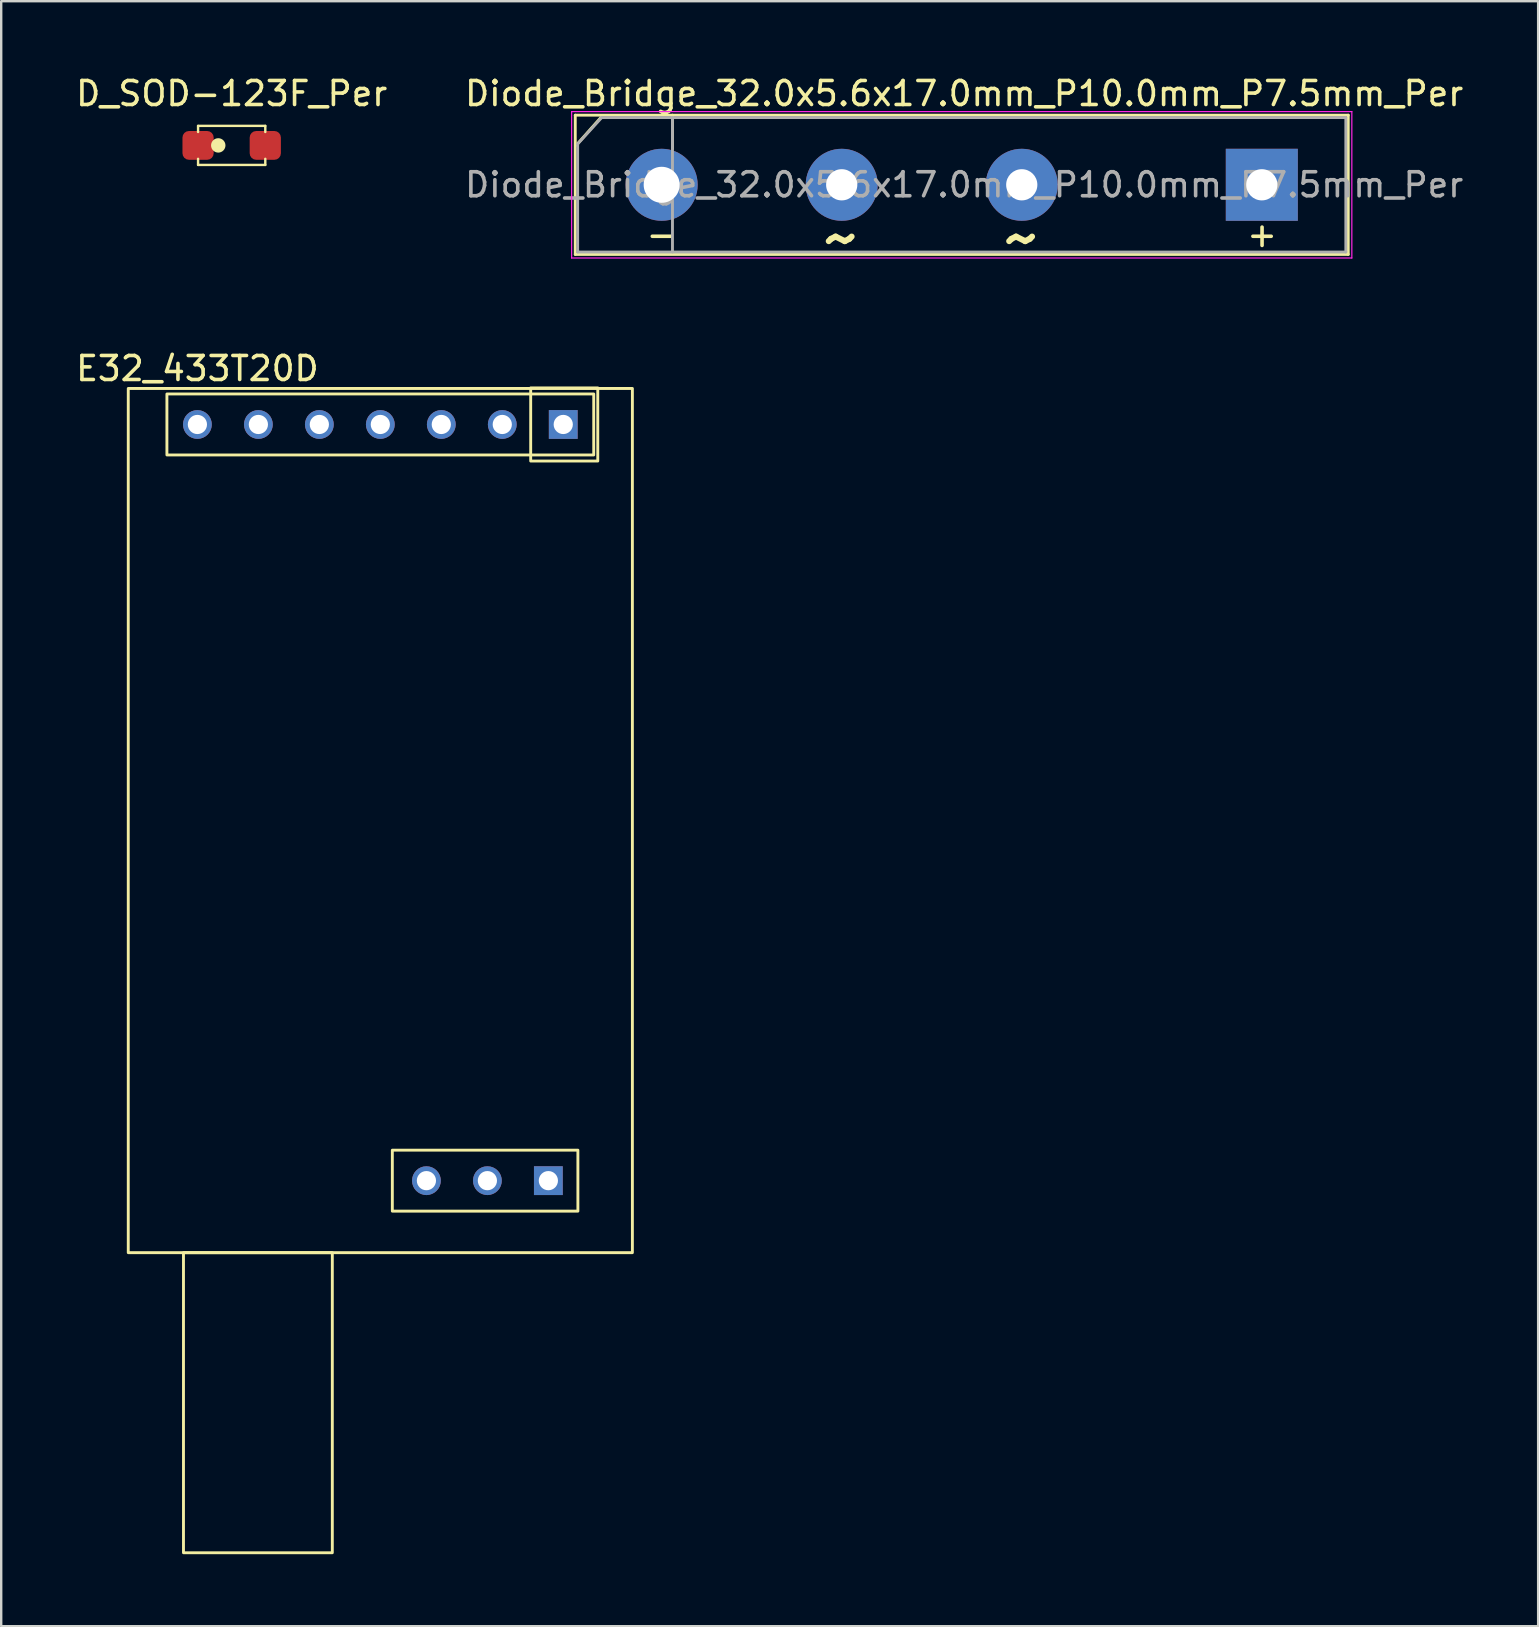
<source format=kicad_pcb>
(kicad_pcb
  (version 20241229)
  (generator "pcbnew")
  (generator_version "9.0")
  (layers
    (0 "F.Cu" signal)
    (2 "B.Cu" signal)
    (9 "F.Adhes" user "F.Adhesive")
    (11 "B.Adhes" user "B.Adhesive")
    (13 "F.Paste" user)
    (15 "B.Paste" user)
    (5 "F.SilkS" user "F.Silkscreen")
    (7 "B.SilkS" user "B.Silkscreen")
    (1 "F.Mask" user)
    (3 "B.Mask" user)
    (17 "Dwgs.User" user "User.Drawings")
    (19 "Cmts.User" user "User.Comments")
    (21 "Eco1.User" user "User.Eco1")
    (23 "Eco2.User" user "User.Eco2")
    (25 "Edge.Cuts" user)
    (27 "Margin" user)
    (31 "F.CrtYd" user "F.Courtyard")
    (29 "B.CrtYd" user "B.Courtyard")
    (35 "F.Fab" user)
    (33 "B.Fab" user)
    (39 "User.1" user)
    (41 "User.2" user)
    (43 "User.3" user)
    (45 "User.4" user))
  (footprint "Diode_Bridge_32.0x5.6x17.0mm_P10.0mm_P7.5mm_Per"
    (layer "F.Cu")
    (at 49.513 4.648)
    (property "Reference" "Diode_Bridge_32.0x5.6x17.0mm_P10.0mm_P7.5mm_Per" (at -12.4 -3.8 180) (layer "F.SilkS") (effects (font (size 1 1) (thickness 0.15))))
    (fp_line (start -28.6 -2.9) (end 3.6 -2.9) (stroke (width 0.12) (type solid)) (layer "F.SilkS"))
    (fp_line (start -28.6 2.9) (end -28.6 -2.9) (stroke (width 0.12) (type solid)) (layer "F.SilkS"))
    (fp_line (start -28.556 -1.651) (end -27.54 -2.794) (stroke (width 0.12) (type solid)) (layer "F.SilkS"))
    (fp_line (start -24.55 -2.9) (end -24.55 -1.5) (stroke (width 0.12) (type solid)) (layer "F.SilkS"))
    (fp_line (start 3.6 -2.9) (end 3.6 2.9) (stroke (width 0.12) (type solid)) (layer "F.SilkS"))
    (fp_line (start 3.6 2.9) (end -28.6 2.9) (stroke (width 0.12) (type solid)) (layer "F.SilkS"))
    (fp_line (start -28.75 -3.05) (end 3.75 -3.05) (stroke (width 0.05) (type solid)) (layer "F.CrtYd"))
    (fp_line (start -28.75 3.05) (end -28.75 -3.05) (stroke (width 0.05) (type solid)) (layer "F.CrtYd"))
    (fp_line (start 3.75 -3.05) (end 3.75 3.05) (stroke (width 0.05) (type solid)) (layer "F.CrtYd"))
    (fp_line (start 3.75 3.05) (end -28.75 3.05) (stroke (width 0.05) (type solid)) (layer "F.CrtYd"))
    (fp_line (start -28.5 -1.7) (end -28.5 2.8) (stroke (width 0.12) (type solid)) (layer "F.Fab"))
    (fp_line (start -28.5 2.8) (end 3.5 2.8) (stroke (width 0.12) (type solid)) (layer "F.Fab"))
    (fp_line (start -27.5 -2.8) (end -28.5 -1.7) (stroke (width 0.12) (type solid)) (layer "F.Fab"))
    (fp_line (start -24.55 -2.8) (end -24.55 2.8) (stroke (width 0.12) (type solid)) (layer "F.Fab"))
    (fp_line (start 3.5 -2.8) (end -27.5 -2.8) (stroke (width 0.12) (type solid)) (layer "F.Fab"))
    (fp_line (start 3.5 2.8) (end 3.5 -2.8) (stroke (width 0.12) (type solid)) (layer "F.Fab"))
    (fp_text user "-" (at -25.009 2.07 0) (layer "F.SilkS") (effects (font (size 1 1) (thickness 0.15))))
    (fp_text user "~" (at -17.516 2.197 0) (layer "F.SilkS") (effects (font (size 2 2) (thickness 0.25))))
    (fp_text user "~" (at -10 2.197 0) (layer "F.SilkS") (effects (font (size 2 2) (thickness 0.25))))
    (fp_text user "+" (at 0.01 2.07 0) (layer "F.SilkS") (effects (font (size 1 1) (thickness 0.15))))
    (fp_text user "${REFERENCE}" (at -12.4 0 180) (layer "F.Fab") (effects (font (size 1 1) (thickness 0.15))))
    (pad "1" thru_hole rect (at 0 0) (size 3 3) (drill 1.3) (layers "*.Cu" "*.Mask"))
    (pad "2" thru_hole circle (at -10 0) (size 3 3) (drill 1.3) (layers "*.Cu" "*.Mask"))
    (pad "3" thru_hole circle (at -17.5 0) (size 3 3) (drill 1.3) (layers "*.Cu" "*.Mask"))
    (pad "4" thru_hole circle (at -25 0) (size 3 3) (drill 1.5) (layers "*.Cu" "*.Mask")))
  (footprint "D_SOD-123F_Per"
    (layer "F.Cu")
    (at 6.601 3.007)
    (property "Reference" "D_SOD-123F_Per" (at 0 -2.159 0) (layer "F.SilkS") (effects (font (size 1 1) (thickness 0.15))))
    (attr smd)
    (fp_line (start -1.4 -0.813) (end 1.4 -0.813) (stroke (width 0.1) (type solid)) (layer "F.SilkS"))
    (fp_line (start -1.4 -0.559) (end -1.4 -0.813) (stroke (width 0.1) (type solid)) (layer "F.SilkS"))
    (fp_line (start -1.4 0.559) (end -1.4 0.813) (stroke (width 0.1) (type solid)) (layer "F.SilkS"))
    (fp_line (start 1.4 -0.559) (end 1.4 -0.813) (stroke (width 0.1) (type solid)) (layer "F.SilkS"))
    (fp_line (start 1.4 0.559) (end 1.4 0.813) (stroke (width 0.1) (type solid)) (layer "F.SilkS"))
    (fp_line (start 1.4 0.813) (end -1.4 0.813) (stroke (width 0.1) (type solid)) (layer "F.SilkS"))
    (fp_circle (center -0.559 0) (end -0.309 0) (stroke (width 0.1) (type solid)) (fill yes) (layer "F.SilkS"))
    (pad "1" smd roundrect (at -1.4 0) (size 1.3 1.2) (layers "F.Cu" "F.Mask" "F.Paste") (roundrect_rratio 0.227))
    (pad "2" smd roundrect (at 1.4 0) (size 1.3 1.2) (layers "F.Cu" "F.Mask" "F.Paste") (roundrect_rratio 0.227)))
  (footprint "E32_433T20D"
    (layer "F.Cu")
    (at 5.173 14.632)
    (property "Reference" "E32_433T20D" (at 0 -2.33 0) (layer "F.SilkS") (effects (font (size 1 1) (thickness 0.15))))
    (attr through_hole)
    (fp_rect (start -2.88 -1.5) (end 18.12 34.5) (stroke (width 0.12) (type default)) (fill no) (layer "F.SilkS"))
    (fp_rect (start -1.27 -1.27) (end 16.51 1.27) (stroke (width 0.12) (type default)) (fill no) (layer "F.SilkS"))
    (fp_rect (start -0.58 34.5) (end 5.62 47) (stroke (width 0.12) (type default)) (fill no) (layer "F.SilkS"))
    (fp_rect (start 8.12 30.23) (end 15.85 32.77) (stroke (width 0.12) (type default)) (fill no) (layer "F.SilkS"))
    (fp_rect (start 13.884 -1.524) (end 16.678 1.524) (stroke (width 0.12) (type default)) (fill no) (layer "F.SilkS"))
    (pad "1" thru_hole rect (at 15.24 0 270) (size 1.2 1.2) (drill 0.8) (layers "*.Cu" "*.Mask"))
    (pad "2" thru_hole oval (at 12.7 0 270) (size 1.2 1.2) (drill 0.8) (layers "*.Cu" "*.Mask"))
    (pad "3" thru_hole oval (at 10.16 0 270) (size 1.2 1.2) (drill 0.8) (layers "*.Cu" "*.Mask"))
    (pad "4" thru_hole oval (at 7.62 0 270) (size 1.2 1.2) (drill 0.8) (layers "*.Cu" "*.Mask"))
    (pad "5" thru_hole oval (at 5.08 0 270) (size 1.2 1.2) (drill 0.8) (layers "*.Cu" "*.Mask"))
    (pad "6" thru_hole oval (at 2.54 0 270) (size 1.2 1.2) (drill 0.8) (layers "*.Cu" "*.Mask"))
    (pad "7" thru_hole oval (at 0 0 270) (size 1.2 1.2) (drill 0.8) (layers "*.Cu" "*.Mask"))
    (pad "8" thru_hole circle (at 9.54 31.5 90) (size 1.2 1.2) (drill 0.8) (layers "*.Cu" "*.Mask"))
    (pad "8" thru_hole oval (at 12.08 31.5 90) (size 1.2 1.2) (drill 0.8) (layers "*.Cu" "*.Mask"))
    (pad "8" thru_hole rect (at 14.62 31.5 90) (size 1.2 1.2) (drill 0.8) (layers "*.Cu" "*.Mask")))
  (gr_rect
    (start -3 -3)
    (end 61.024 64.692)
    (stroke (width 0.1) (type default))
    (fill no)
    (layer "Edge.Cuts")))
</source>
